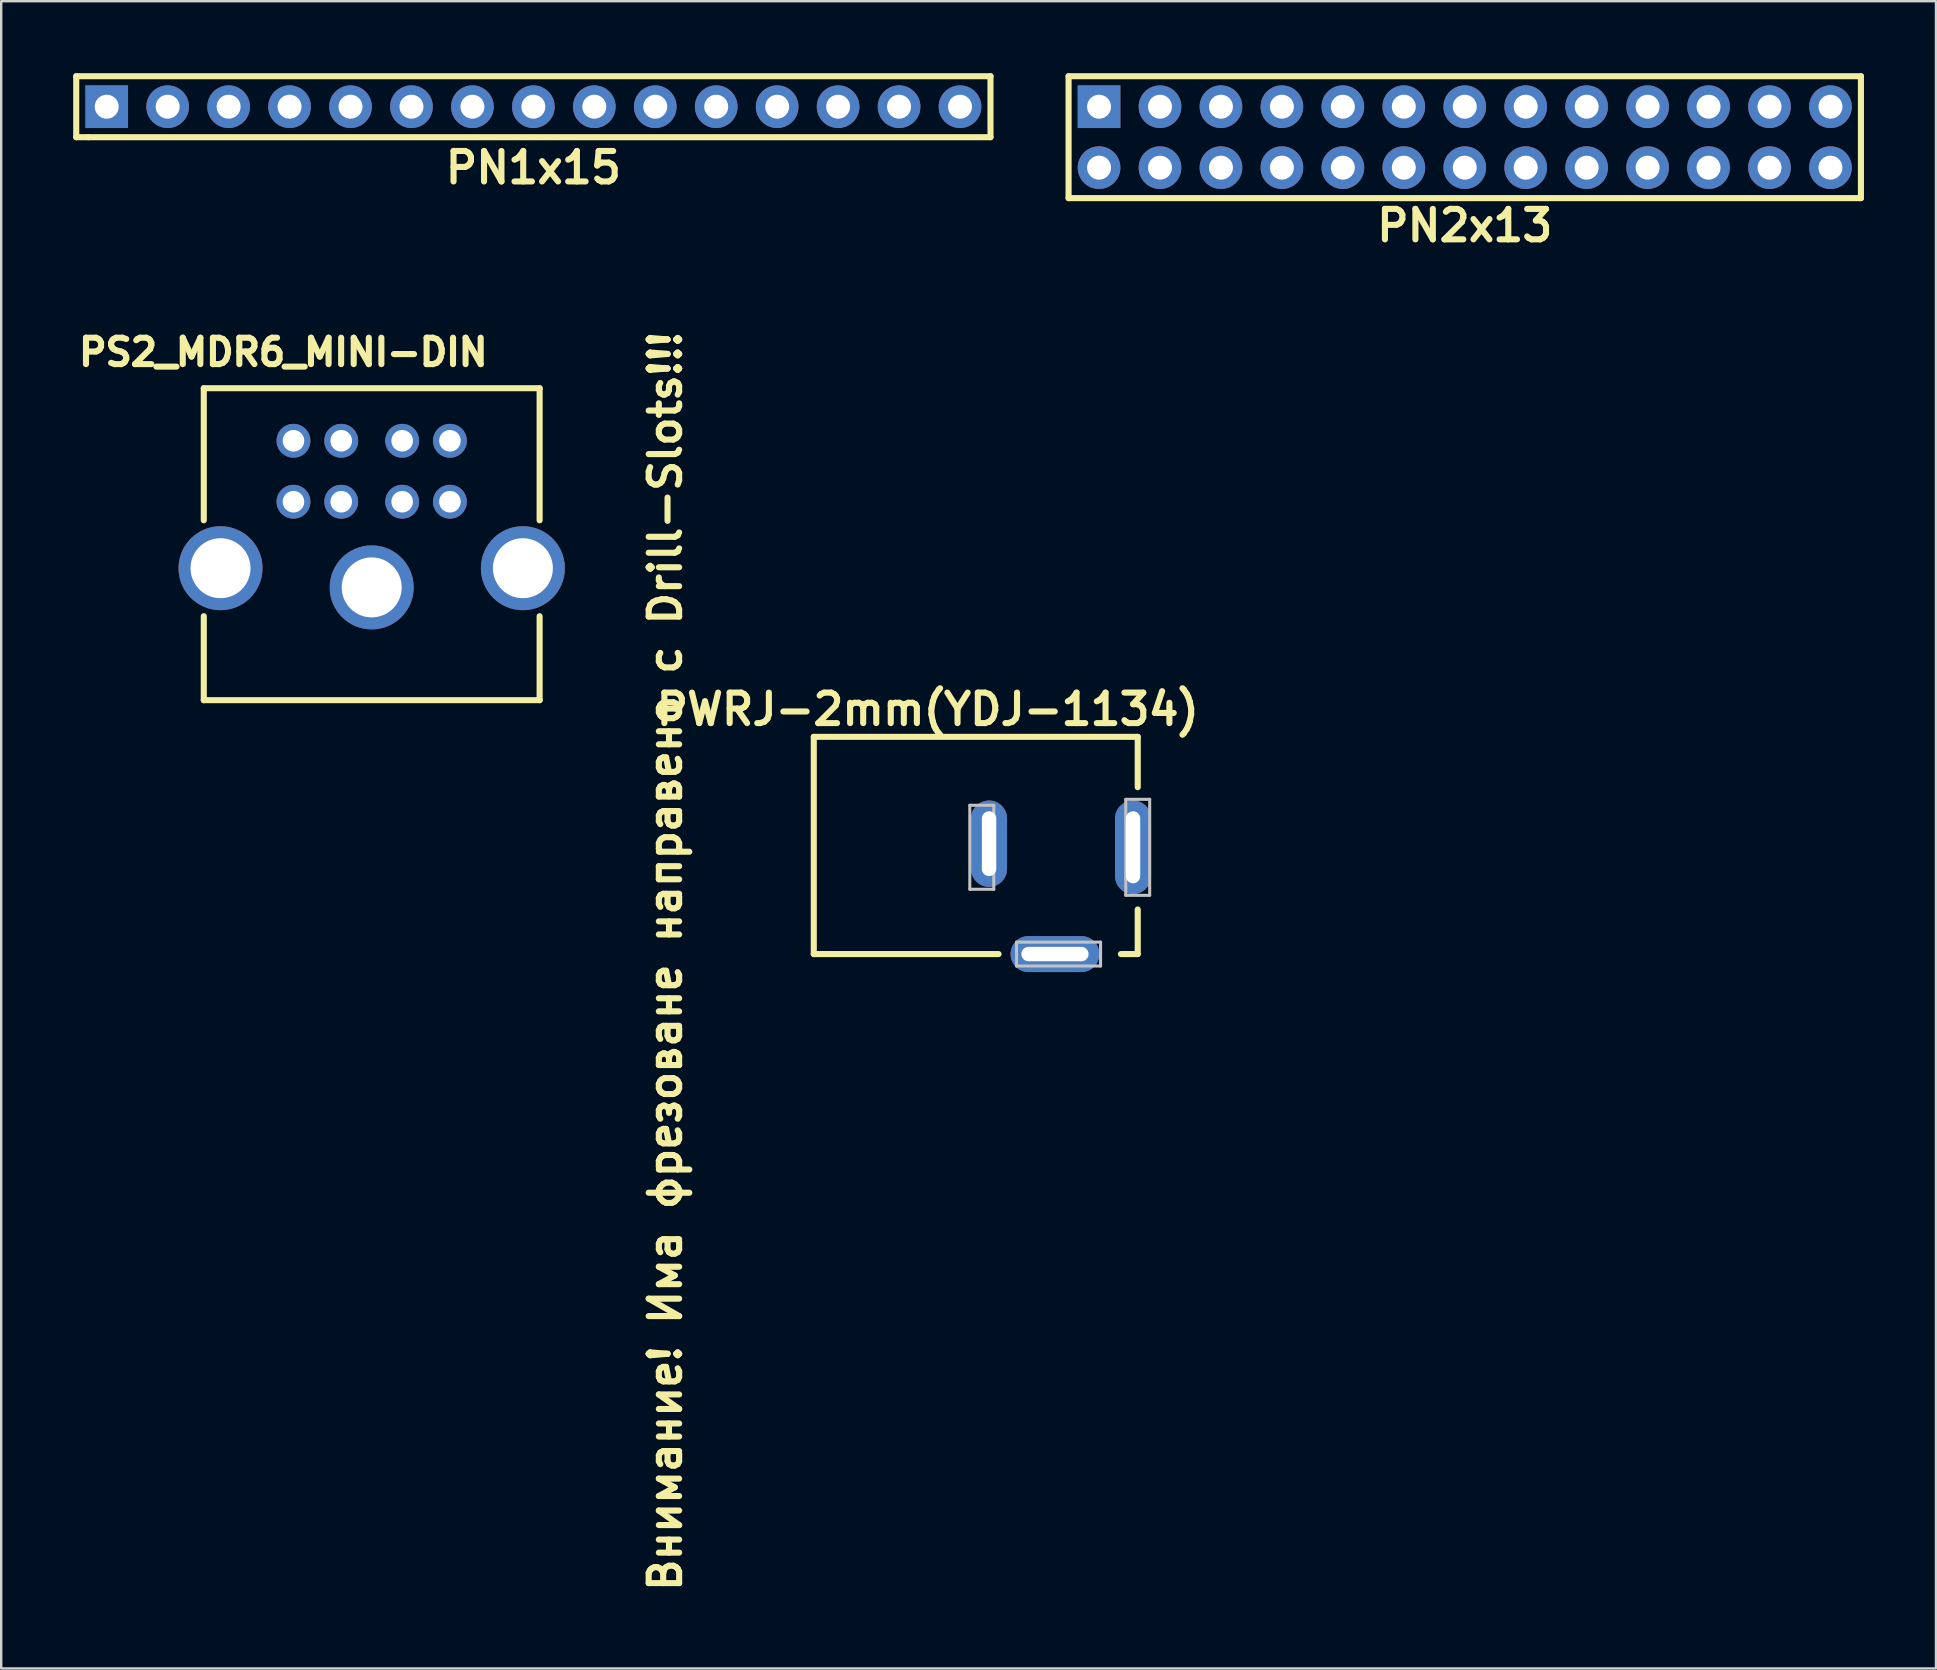
<source format=kicad_pcb>
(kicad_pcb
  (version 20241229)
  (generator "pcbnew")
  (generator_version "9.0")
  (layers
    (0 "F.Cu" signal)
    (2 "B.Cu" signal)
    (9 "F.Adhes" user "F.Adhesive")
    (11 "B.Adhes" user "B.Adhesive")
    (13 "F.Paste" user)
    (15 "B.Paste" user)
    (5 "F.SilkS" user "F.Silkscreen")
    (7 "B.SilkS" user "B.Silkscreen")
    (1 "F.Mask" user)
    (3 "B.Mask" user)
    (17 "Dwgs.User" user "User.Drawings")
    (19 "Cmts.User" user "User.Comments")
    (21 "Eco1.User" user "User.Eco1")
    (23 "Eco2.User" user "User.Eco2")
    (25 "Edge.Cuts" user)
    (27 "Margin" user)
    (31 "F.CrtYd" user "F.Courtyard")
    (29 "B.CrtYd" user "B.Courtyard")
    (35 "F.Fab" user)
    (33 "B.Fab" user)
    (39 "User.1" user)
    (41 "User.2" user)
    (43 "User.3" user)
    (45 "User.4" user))
  (footprint "PS2_MDR6_MINI-DIN"
    (layer "F.Cu")
    (at 12.44 19.629)
    (property "Reference" "PS2_MDR6_MINI-DIN" (at -3.683 -8.001 0) (layer "F.SilkS") (effects (font (size 1.1 1.1) (thickness 0.254))))
    (attr through_hole)
    (fp_line (start -6.998 -6.5) (end 6.998 -6.5) (stroke (width 0.254) (type solid)) (layer "F.SilkS"))
    (fp_line (start -6.998 -0.998) (end -6.998 -6.5) (stroke (width 0.254) (type solid)) (layer "F.SilkS"))
    (fp_line (start -6.998 6.5) (end -6.998 3) (stroke (width 0.254) (type solid)) (layer "F.SilkS"))
    (fp_line (start 6.998 -6.5) (end 6.998 -0.998) (stroke (width 0.254) (type solid)) (layer "F.SilkS"))
    (fp_line (start 6.998 3) (end 6.998 6.5) (stroke (width 0.254) (type solid)) (layer "F.SilkS"))
    (fp_line (start 6.998 6.5) (end -6.998 6.5) (stroke (width 0.254) (type solid)) (layer "F.SilkS"))
    (pad "1" thru_hole circle (at 1.27 -1.77) (size 1.41 1.41) (drill 0.9) (layers "*.Cu" "*.Mask"))
    (pad "2" thru_hole circle (at -1.27 -1.77) (size 1.41 1.41) (drill 0.9) (layers "*.Cu" "*.Mask"))
    (pad "3" thru_hole circle (at 3.26 -1.77) (size 1.41 1.41) (drill 0.9) (layers "*.Cu" "*.Mask"))
    (pad "4" thru_hole circle (at -3.26 -1.77) (size 1.41 1.41) (drill 0.9) (layers "*.Cu" "*.Mask"))
    (pad "5" thru_hole circle (at 3.26 -4.31) (size 1.41 1.41) (drill 0.9) (layers "*.Cu" "*.Mask"))
    (pad "6" thru_hole circle (at -3.26 -4.31) (size 1.41 1.41) (drill 0.9) (layers "*.Cu" "*.Mask"))
    (pad "7" thru_hole circle (at -1.27 -4.31) (size 1.41 1.41) (drill 0.9) (layers "*.Cu" "*.Mask"))
    (pad "8" thru_hole circle (at 1.27 -4.31) (size 1.41 1.41) (drill 0.9) (layers "*.Cu" "*.Mask"))
    (pad "9" thru_hole circle (at -6.3 1) (size 3.5 3.5) (drill 2.5) (layers "*.Cu" "*.Mask"))
    (pad "9" thru_hole circle (at 0 1.8) (size 3.5 3.5) (drill 2.5) (layers "*.Cu" "*.Mask"))
    (pad "9" thru_hole circle (at 6.3 1) (size 3.5 3.5) (drill 2.5) (layers "*.Cu" "*.Mask")))
  (footprint "PN1x15"
    (layer "F.Cu")
    (at 19.177 1.397)
    (property "Reference" "PN1x15" (at 0 2.54 0) (layer "F.SilkS") (effects (font (size 1.27 1.27) (thickness 0.254))))
    (attr through_hole)
    (fp_line (start -19.05 -1.27) (end -19.05 1.27) (stroke (width 0.254) (type solid)) (layer "F.SilkS"))
    (fp_line (start -19.05 -1.27) (end 19.05 -1.27) (stroke (width 0.254) (type solid)) (layer "F.SilkS"))
    (fp_line (start -18.542 1.27) (end -19.05 1.27) (stroke (width 0.254) (type solid)) (layer "F.SilkS"))
    (fp_line (start 19.05 -1.27) (end 19.05 1.27) (stroke (width 0.254) (type solid)) (layer "F.SilkS"))
    (fp_line (start 19.05 1.27) (end -18.542 1.27) (stroke (width 0.254) (type solid)) (layer "F.SilkS"))
    (pad "1" thru_hole rect (at -17.78 0) (size 1.778 1.778) (drill 1) (layers "*.Cu" "*.Mask"))
    (pad "2" thru_hole circle (at -15.24 0) (size 1.778 1.778) (drill 1) (layers "*.Cu" "*.Mask"))
    (pad "3" thru_hole circle (at -12.7 0) (size 1.778 1.778) (drill 1) (layers "*.Cu" "*.Mask"))
    (pad "4" thru_hole circle (at -10.16 0) (size 1.778 1.778) (drill 1) (layers "*.Cu" "*.Mask"))
    (pad "5" thru_hole circle (at -7.62 0) (size 1.778 1.778) (drill 1) (layers "*.Cu" "*.Mask"))
    (pad "6" thru_hole circle (at -5.08 0) (size 1.778 1.778) (drill 1) (layers "*.Cu" "*.Mask"))
    (pad "7" thru_hole circle (at -2.54 0) (size 1.778 1.778) (drill 1) (layers "*.Cu" "*.Mask"))
    (pad "8" thru_hole circle (at 0 0) (size 1.778 1.778) (drill 1) (layers "*.Cu" "*.Mask"))
    (pad "9" thru_hole circle (at 2.54 0) (size 1.778 1.778) (drill 1) (layers "*.Cu" "*.Mask"))
    (pad "10" thru_hole circle (at 5.08 0) (size 1.778 1.778) (drill 1) (layers "*.Cu" "*.Mask"))
    (pad "11" thru_hole circle (at 7.62 0) (size 1.778 1.778) (drill 1) (layers "*.Cu" "*.Mask"))
    (pad "12" thru_hole circle (at 10.16 0) (size 1.778 1.778) (drill 1) (layers "*.Cu" "*.Mask"))
    (pad "13" thru_hole circle (at 12.7 0) (size 1.778 1.778) (drill 1) (layers "*.Cu" "*.Mask"))
    (pad "14" thru_hole circle (at 15.24 0) (size 1.778 1.778) (drill 1) (layers "*.Cu" "*.Mask"))
    (pad "15" thru_hole circle (at 17.78 0) (size 1.778 1.778) (drill 1) (layers "*.Cu" "*.Mask")))
  (footprint "PWRJ-2mm(YDJ-1134)"
    (layer "F.Cu")
    (at 44.363 37.009)
    (property "Reference" "PWRJ-2mm(YDJ-1134)" (at -8.75 -10.5 0) (layer "F.SilkS") (effects (font (size 1.27 1.27) (thickness 0.254))))
    (attr through_hole)
    (fp_line (start -13.5 -9.352) (end -13.5 -0.3) (stroke (width 0.254) (type solid)) (layer "F.SilkS"))
    (fp_line (start -13.5 -0.3) (end -5.8 -0.3) (stroke (width 0.254) (type solid)) (layer "F.SilkS"))
    (fp_line (start 0 -9.352) (end -13.5 -9.352) (stroke (width 0.254) (type solid)) (layer "F.SilkS"))
    (fp_line (start 0 -9.352) (end 0 -7.254) (stroke (width 0.254) (type solid)) (layer "F.SilkS"))
    (fp_line (start 0 -0.3) (end -0.7 -0.3) (stroke (width 0.254) (type solid)) (layer "F.SilkS"))
    (fp_line (start 0 -0.3) (end 0 -2.158) (stroke (width 0.254) (type solid)) (layer "F.SilkS"))
    (fp_line (start -6.998 -6.5) (end -6.998 -3) (stroke (width 0.127) (type solid)) (layer "Dwgs.User"))
    (fp_line (start -6.998 -3) (end -5.999 -3) (stroke (width 0.127) (type solid)) (layer "Dwgs.User"))
    (fp_line (start -5.999 -6.5) (end -6.998 -6.5) (stroke (width 0.127) (type solid)) (layer "Dwgs.User"))
    (fp_line (start -5.999 -3) (end -5.999 -6.5) (stroke (width 0.127) (type solid)) (layer "Dwgs.User"))
    (fp_line (start -5.05 -0.798) (end -5.05 0.198) (stroke (width 0.127) (type solid)) (layer "Dwgs.User"))
    (fp_line (start -5.05 0.198) (end -1.549 0.198) (stroke (width 0.127) (type solid)) (layer "Dwgs.User"))
    (fp_line (start -1.549 -0.798) (end -5.05 -0.798) (stroke (width 0.127) (type solid)) (layer "Dwgs.User"))
    (fp_line (start -1.549 0.198) (end -1.549 -0.798) (stroke (width 0.127) (type solid)) (layer "Dwgs.User"))
    (fp_line (start -0.498 -6.749) (end -0.498 -2.748) (stroke (width 0.127) (type solid)) (layer "Dwgs.User"))
    (fp_line (start -0.498 -2.748) (end 0.498 -2.748) (stroke (width 0.127) (type solid)) (layer "Dwgs.User"))
    (fp_line (start 0.498 -6.749) (end -0.498 -6.749) (stroke (width 0.127) (type solid)) (layer "Dwgs.User"))
    (fp_line (start 0.498 -2.748) (end 0.498 -6.749) (stroke (width 0.127) (type solid)) (layer "Dwgs.User"))
    (fp_text user "Внимание! Има фрезоване направено с Drill-Slots!!!" (at -19.685 0 90) (layer "F.SilkS") (effects (font (size 1.27 1.27) (thickness 0.254))))
    (pad "+" thru_hole oval (at -0.196 -4.75) (size 1.5 3.9) (drill oval 0.6 3) (layers "*.Cu" "*.Mask"))
    (pad "-" thru_hole oval (at -6.196 -4.9) (size 1.5 3.6) (drill oval 0.6 2.7) (layers "*.Cu" "*.Mask"))
    (pad "-" thru_hole oval (at -3.45 -0.3) (size 3.7 1.5) (drill oval 2.8 0.6) (layers "*.Cu" "*.Mask")))
  (footprint "PN2x13"
    (layer "F.Cu")
    (at 57.991 2.667)
    (property "Reference" "PN2x13" (at 0 3.683 0) (layer "F.SilkS") (effects (font (size 1.27 1.27) (thickness 0.254))))
    (attr through_hole)
    (fp_line (start -16.51 -2.54) (end -16.51 2.54) (stroke (width 0.254) (type solid)) (layer "F.SilkS"))
    (fp_line (start -16.51 -2.54) (end 16.51 -2.54) (stroke (width 0.254) (type solid)) (layer "F.SilkS"))
    (fp_line (start 16.51 -2.54) (end 16.51 2.54) (stroke (width 0.254) (type solid)) (layer "F.SilkS"))
    (fp_line (start 16.51 2.54) (end -16.51 2.54) (stroke (width 0.254) (type solid)) (layer "F.SilkS"))
    (pad "1" thru_hole rect (at -15.24 -1.27) (size 1.778 1.778) (drill 1) (layers "*.Cu" "*.Mask"))
    (pad "2" thru_hole circle (at -15.24 1.27) (size 1.778 1.778) (drill 1) (layers "*.Cu" "*.Mask"))
    (pad "3" thru_hole circle (at -12.7 -1.27) (size 1.778 1.778) (drill 1) (layers "*.Cu" "*.Mask"))
    (pad "4" thru_hole circle (at -12.7 1.27) (size 1.778 1.778) (drill 1) (layers "*.Cu" "*.Mask"))
    (pad "5" thru_hole circle (at -10.16 -1.27) (size 1.778 1.778) (drill 1) (layers "*.Cu" "*.Mask"))
    (pad "6" thru_hole circle (at -10.16 1.27) (size 1.778 1.778) (drill 1) (layers "*.Cu" "*.Mask"))
    (pad "7" thru_hole circle (at -7.62 -1.27) (size 1.778 1.778) (drill 1) (layers "*.Cu" "*.Mask"))
    (pad "8" thru_hole circle (at -7.62 1.27) (size 1.778 1.778) (drill 1) (layers "*.Cu" "*.Mask"))
    (pad "9" thru_hole circle (at -5.08 -1.27) (size 1.778 1.778) (drill 1) (layers "*.Cu" "*.Mask"))
    (pad "10" thru_hole circle (at -5.08 1.27) (size 1.778 1.778) (drill 1) (layers "*.Cu" "*.Mask"))
    (pad "11" thru_hole circle (at -2.54 -1.27) (size 1.778 1.778) (drill 1) (layers "*.Cu" "*.Mask"))
    (pad "12" thru_hole circle (at -2.54 1.27) (size 1.778 1.778) (drill 1) (layers "*.Cu" "*.Mask"))
    (pad "13" thru_hole circle (at 0 -1.27) (size 1.778 1.778) (drill 1) (layers "*.Cu" "*.Mask"))
    (pad "14" thru_hole circle (at 0 1.27) (size 1.778 1.778) (drill 1) (layers "*.Cu" "*.Mask"))
    (pad "15" thru_hole circle (at 2.54 -1.27) (size 1.778 1.778) (drill 1) (layers "*.Cu" "*.Mask"))
    (pad "16" thru_hole circle (at 2.54 1.27) (size 1.778 1.778) (drill 1) (layers "*.Cu" "*.Mask"))
    (pad "17" thru_hole circle (at 5.08 -1.27) (size 1.778 1.778) (drill 1) (layers "*.Cu" "*.Mask"))
    (pad "18" thru_hole circle (at 5.08 1.27) (size 1.778 1.778) (drill 1) (layers "*.Cu" "*.Mask"))
    (pad "19" thru_hole circle (at 7.62 -1.27) (size 1.778 1.778) (drill 1) (layers "*.Cu" "*.Mask"))
    (pad "20" thru_hole circle (at 7.62 1.27) (size 1.778 1.778) (drill 1) (layers "*.Cu" "*.Mask"))
    (pad "21" thru_hole circle (at 10.16 -1.27) (size 1.778 1.778) (drill 1) (layers "*.Cu" "*.Mask"))
    (pad "22" thru_hole circle (at 10.16 1.27) (size 1.778 1.778) (drill 1) (layers "*.Cu" "*.Mask"))
    (pad "23" thru_hole circle (at 12.7 -1.27) (size 1.778 1.778) (drill 1) (layers "*.Cu" "*.Mask"))
    (pad "24" thru_hole circle (at 12.7 1.27) (size 1.778 1.778) (drill 1) (layers "*.Cu" "*.Mask"))
    (pad "25" thru_hole circle (at 15.24 -1.27) (size 1.778 1.778) (drill 1) (layers "*.Cu" "*.Mask"))
    (pad "26" thru_hole circle (at 15.24 1.27) (size 1.778 1.778) (drill 1) (layers "*.Cu" "*.Mask")))
  (gr_rect
    (start -3 -3)
    (end 77.628 66.48)
    (stroke (width 0.1) (type default))
    (fill no)
    (layer "Edge.Cuts")))
</source>
